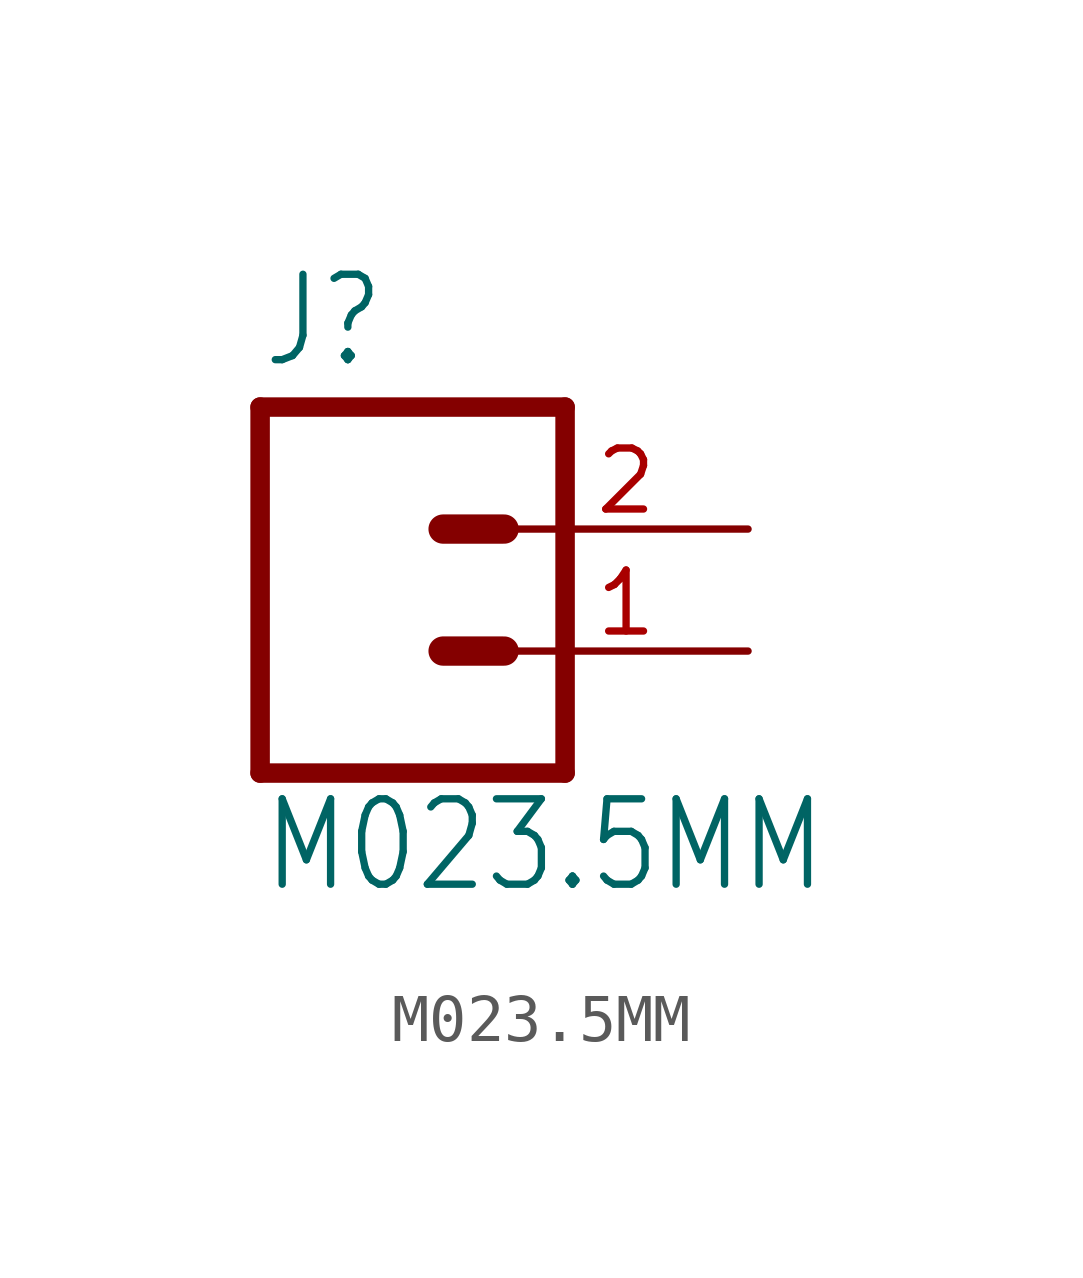
<source format=kicad_sym>
(kicad_symbol_lib
  (version 20220914)
  (generator kicad_symbol_editor)
  (symbol "M023.5MM"
    (property "Reference" "J"
      (at -2.54 5.842 0)
      (effects (font (size 1.778 1.511)) (justify left bottom)))
    (property "Value" "M023.5MM"
      (at -2.54 -5.08 0)
      (effects (font (size 1.778 1.511)) (justify left bottom)))
    (property "ki_locked" ""
      (at 0 0 0)
      (effects (font (size 1.27 1.27))))
    (symbol "M023.5MM_1_0"
      (polyline (pts (xy -2.54 5.08) (xy -2.54 -2.54)) (stroke (width 0.406) (type default)) (fill (type none)))
      (polyline (pts (xy -2.54 5.08) (xy 3.81 5.08)) (stroke (width 0.406) (type default)) (fill (type none)))
      (polyline (pts (xy 1.27 0) (xy 2.54 0)) (stroke (width 0.61) (type default)) (fill (type none)))
      (polyline (pts (xy 1.27 2.54) (xy 2.54 2.54)) (stroke (width 0.61) (type default)) (fill (type none)))
      (polyline (pts (xy 3.81 -2.54) (xy -2.54 -2.54)) (stroke (width 0.406) (type default)) (fill (type none)))
      (polyline (pts (xy 3.81 -2.54) (xy 3.81 5.08)) (stroke (width 0.406) (type default)) (fill (type none)))
      (pin passive line (at 7.62 0 180) (length 5.08) (name "1" (effects (font (size 0 0)))) (number "1" (effects (font (size 1.27 1.27)))))
      (pin passive line (at 7.62 2.54 180) (length 5.08) (name "2" (effects (font (size 0 0)))) (number "2" (effects (font (size 1.27 1.27))))))))
</source>
